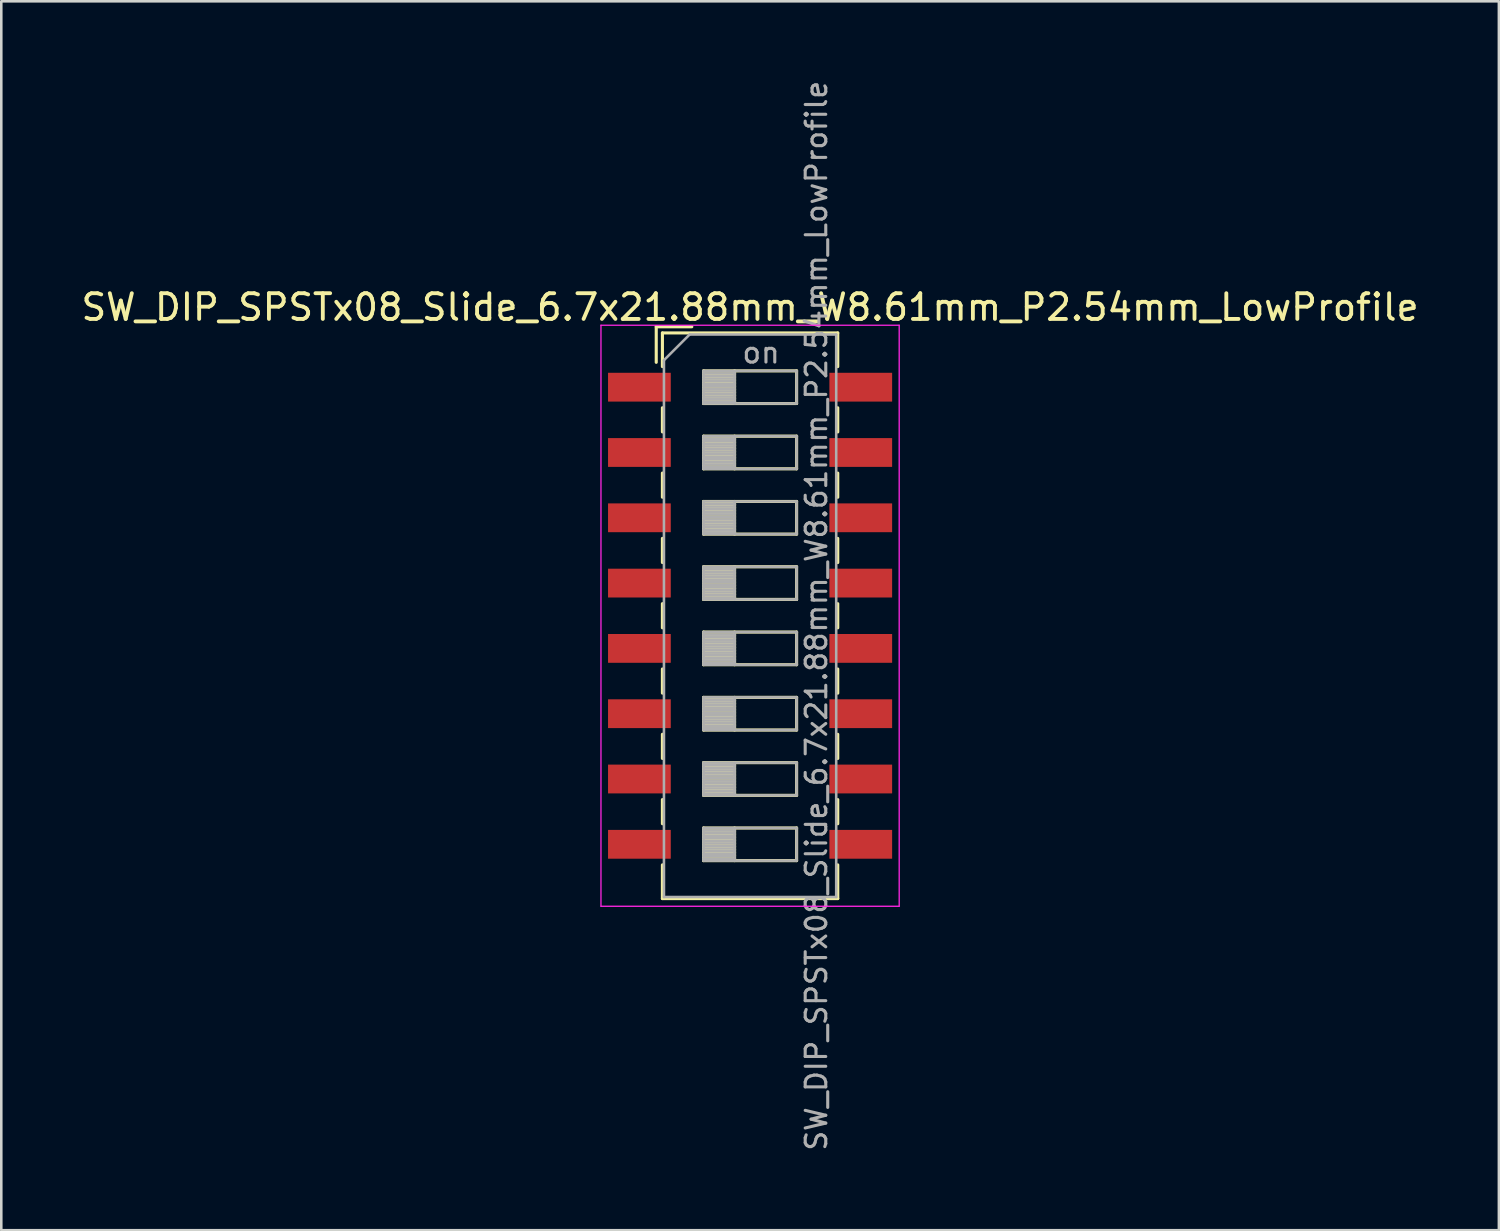
<source format=kicad_pcb>
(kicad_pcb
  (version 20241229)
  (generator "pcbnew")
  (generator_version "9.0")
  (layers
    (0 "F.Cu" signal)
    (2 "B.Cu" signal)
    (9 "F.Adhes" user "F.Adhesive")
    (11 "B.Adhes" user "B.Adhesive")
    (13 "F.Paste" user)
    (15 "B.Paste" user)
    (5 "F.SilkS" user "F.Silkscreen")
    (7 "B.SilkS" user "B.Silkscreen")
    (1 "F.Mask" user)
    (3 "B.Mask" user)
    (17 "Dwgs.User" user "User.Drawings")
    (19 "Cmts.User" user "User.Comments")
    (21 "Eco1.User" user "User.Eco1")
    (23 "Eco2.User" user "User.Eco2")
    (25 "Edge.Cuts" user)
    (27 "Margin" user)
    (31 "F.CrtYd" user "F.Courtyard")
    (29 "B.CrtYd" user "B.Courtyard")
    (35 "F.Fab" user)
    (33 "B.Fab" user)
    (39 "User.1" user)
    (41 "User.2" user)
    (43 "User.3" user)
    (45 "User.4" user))
  (footprint "SW_DIP_SPSTx08_Slide_6.7x21.88mm_W8.61mm_P2.54mm_LowProfile"
    (layer "F.Cu")
    (at 26.125 20.9)
    (property "Reference" "SW_DIP_SPSTx08_Slide_6.7x21.88mm_W8.61mm_P2.54mm_LowProfile" (at 0 -12 0) (layer "F.SilkS") (effects (font (size 1 1) (thickness 0.15))))
    (attr smd)
    (fp_line (start -3.65 -11.24) (end -3.65 -9.857) (stroke (width 0.12) (type solid)) (layer "F.SilkS"))
    (fp_line (start -3.65 -11.24) (end -2.267 -11.24) (stroke (width 0.12) (type solid)) (layer "F.SilkS"))
    (fp_line (start -3.41 -11) (end -3.41 -9.69) (stroke (width 0.12) (type solid)) (layer "F.SilkS"))
    (fp_line (start -3.41 -11) (end 3.41 -11) (stroke (width 0.12) (type solid)) (layer "F.SilkS"))
    (fp_line (start -3.41 -8.09) (end -3.41 -7.15) (stroke (width 0.12) (type solid)) (layer "F.SilkS"))
    (fp_line (start -3.41 -5.55) (end -3.41 -4.61) (stroke (width 0.12) (type solid)) (layer "F.SilkS"))
    (fp_line (start -3.41 -3.01) (end -3.41 -2.07) (stroke (width 0.12) (type solid)) (layer "F.SilkS"))
    (fp_line (start -3.41 -0.47) (end -3.41 0.47) (stroke (width 0.12) (type solid)) (layer "F.SilkS"))
    (fp_line (start -3.41 2.07) (end -3.41 3.01) (stroke (width 0.12) (type solid)) (layer "F.SilkS"))
    (fp_line (start -3.41 4.61) (end -3.41 5.55) (stroke (width 0.12) (type solid)) (layer "F.SilkS"))
    (fp_line (start -3.41 7.15) (end -3.41 8.09) (stroke (width 0.12) (type solid)) (layer "F.SilkS"))
    (fp_line (start -3.41 9.69) (end -3.41 11.001) (stroke (width 0.12) (type solid)) (layer "F.SilkS"))
    (fp_line (start -3.41 11.001) (end 3.41 11.001) (stroke (width 0.12) (type solid)) (layer "F.SilkS"))
    (fp_line (start -1.81 -9.525) (end -1.81 -8.255) (stroke (width 0.12) (type solid)) (layer "F.SilkS"))
    (fp_line (start -1.81 -9.405) (end -0.603 -9.405) (stroke (width 0.12) (type solid)) (layer "F.SilkS"))
    (fp_line (start -1.81 -9.285) (end -0.603 -9.285) (stroke (width 0.12) (type solid)) (layer "F.SilkS"))
    (fp_line (start -1.81 -9.165) (end -0.603 -9.165) (stroke (width 0.12) (type solid)) (layer "F.SilkS"))
    (fp_line (start -1.81 -9.045) (end -0.603 -9.045) (stroke (width 0.12) (type solid)) (layer "F.SilkS"))
    (fp_line (start -1.81 -8.925) (end -0.603 -8.925) (stroke (width 0.12) (type solid)) (layer "F.SilkS"))
    (fp_line (start -1.81 -8.805) (end -0.603 -8.805) (stroke (width 0.12) (type solid)) (layer "F.SilkS"))
    (fp_line (start -1.81 -8.685) (end -0.603 -8.685) (stroke (width 0.12) (type solid)) (layer "F.SilkS"))
    (fp_line (start -1.81 -8.565) (end -0.603 -8.565) (stroke (width 0.12) (type solid)) (layer "F.SilkS"))
    (fp_line (start -1.81 -8.445) (end -0.603 -8.445) (stroke (width 0.12) (type solid)) (layer "F.SilkS"))
    (fp_line (start -1.81 -8.325) (end -0.603 -8.325) (stroke (width 0.12) (type solid)) (layer "F.SilkS"))
    (fp_line (start -1.81 -8.255) (end 1.81 -8.255) (stroke (width 0.12) (type solid)) (layer "F.SilkS"))
    (fp_line (start -1.81 -6.985) (end -1.81 -5.715) (stroke (width 0.12) (type solid)) (layer "F.SilkS"))
    (fp_line (start -1.81 -6.865) (end -0.603 -6.865) (stroke (width 0.12) (type solid)) (layer "F.SilkS"))
    (fp_line (start -1.81 -6.745) (end -0.603 -6.745) (stroke (width 0.12) (type solid)) (layer "F.SilkS"))
    (fp_line (start -1.81 -6.625) (end -0.603 -6.625) (stroke (width 0.12) (type solid)) (layer "F.SilkS"))
    (fp_line (start -1.81 -6.505) (end -0.603 -6.505) (stroke (width 0.12) (type solid)) (layer "F.SilkS"))
    (fp_line (start -1.81 -6.385) (end -0.603 -6.385) (stroke (width 0.12) (type solid)) (layer "F.SilkS"))
    (fp_line (start -1.81 -6.265) (end -0.603 -6.265) (stroke (width 0.12) (type solid)) (layer "F.SilkS"))
    (fp_line (start -1.81 -6.145) (end -0.603 -6.145) (stroke (width 0.12) (type solid)) (layer "F.SilkS"))
    (fp_line (start -1.81 -6.025) (end -0.603 -6.025) (stroke (width 0.12) (type solid)) (layer "F.SilkS"))
    (fp_line (start -1.81 -5.905) (end -0.603 -5.905) (stroke (width 0.12) (type solid)) (layer "F.SilkS"))
    (fp_line (start -1.81 -5.785) (end -0.603 -5.785) (stroke (width 0.12) (type solid)) (layer "F.SilkS"))
    (fp_line (start -1.81 -5.715) (end 1.81 -5.715) (stroke (width 0.12) (type solid)) (layer "F.SilkS"))
    (fp_line (start -1.81 -4.445) (end -1.81 -3.175) (stroke (width 0.12) (type solid)) (layer "F.SilkS"))
    (fp_line (start -1.81 -4.325) (end -0.603 -4.325) (stroke (width 0.12) (type solid)) (layer "F.SilkS"))
    (fp_line (start -1.81 -4.205) (end -0.603 -4.205) (stroke (width 0.12) (type solid)) (layer "F.SilkS"))
    (fp_line (start -1.81 -4.085) (end -0.603 -4.085) (stroke (width 0.12) (type solid)) (layer "F.SilkS"))
    (fp_line (start -1.81 -3.965) (end -0.603 -3.965) (stroke (width 0.12) (type solid)) (layer "F.SilkS"))
    (fp_line (start -1.81 -3.845) (end -0.603 -3.845) (stroke (width 0.12) (type solid)) (layer "F.SilkS"))
    (fp_line (start -1.81 -3.725) (end -0.603 -3.725) (stroke (width 0.12) (type solid)) (layer "F.SilkS"))
    (fp_line (start -1.81 -3.605) (end -0.603 -3.605) (stroke (width 0.12) (type solid)) (layer "F.SilkS"))
    (fp_line (start -1.81 -3.485) (end -0.603 -3.485) (stroke (width 0.12) (type solid)) (layer "F.SilkS"))
    (fp_line (start -1.81 -3.365) (end -0.603 -3.365) (stroke (width 0.12) (type solid)) (layer "F.SilkS"))
    (fp_line (start -1.81 -3.245) (end -0.603 -3.245) (stroke (width 0.12) (type solid)) (layer "F.SilkS"))
    (fp_line (start -1.81 -3.175) (end 1.81 -3.175) (stroke (width 0.12) (type solid)) (layer "F.SilkS"))
    (fp_line (start -1.81 -1.905) (end -1.81 -0.635) (stroke (width 0.12) (type solid)) (layer "F.SilkS"))
    (fp_line (start -1.81 -1.785) (end -0.603 -1.785) (stroke (width 0.12) (type solid)) (layer "F.SilkS"))
    (fp_line (start -1.81 -1.665) (end -0.603 -1.665) (stroke (width 0.12) (type solid)) (layer "F.SilkS"))
    (fp_line (start -1.81 -1.545) (end -0.603 -1.545) (stroke (width 0.12) (type solid)) (layer "F.SilkS"))
    (fp_line (start -1.81 -1.425) (end -0.603 -1.425) (stroke (width 0.12) (type solid)) (layer "F.SilkS"))
    (fp_line (start -1.81 -1.305) (end -0.603 -1.305) (stroke (width 0.12) (type solid)) (layer "F.SilkS"))
    (fp_line (start -1.81 -1.185) (end -0.603 -1.185) (stroke (width 0.12) (type solid)) (layer "F.SilkS"))
    (fp_line (start -1.81 -1.065) (end -0.603 -1.065) (stroke (width 0.12) (type solid)) (layer "F.SilkS"))
    (fp_line (start -1.81 -0.945) (end -0.603 -0.945) (stroke (width 0.12) (type solid)) (layer "F.SilkS"))
    (fp_line (start -1.81 -0.825) (end -0.603 -0.825) (stroke (width 0.12) (type solid)) (layer "F.SilkS"))
    (fp_line (start -1.81 -0.705) (end -0.603 -0.705) (stroke (width 0.12) (type solid)) (layer "F.SilkS"))
    (fp_line (start -1.81 -0.635) (end 1.81 -0.635) (stroke (width 0.12) (type solid)) (layer "F.SilkS"))
    (fp_line (start -1.81 0.635) (end -1.81 1.905) (stroke (width 0.12) (type solid)) (layer "F.SilkS"))
    (fp_line (start -1.81 0.755) (end -0.603 0.755) (stroke (width 0.12) (type solid)) (layer "F.SilkS"))
    (fp_line (start -1.81 0.875) (end -0.603 0.875) (stroke (width 0.12) (type solid)) (layer "F.SilkS"))
    (fp_line (start -1.81 0.995) (end -0.603 0.995) (stroke (width 0.12) (type solid)) (layer "F.SilkS"))
    (fp_line (start -1.81 1.115) (end -0.603 1.115) (stroke (width 0.12) (type solid)) (layer "F.SilkS"))
    (fp_line (start -1.81 1.235) (end -0.603 1.235) (stroke (width 0.12) (type solid)) (layer "F.SilkS"))
    (fp_line (start -1.81 1.355) (end -0.603 1.355) (stroke (width 0.12) (type solid)) (layer "F.SilkS"))
    (fp_line (start -1.81 1.475) (end -0.603 1.475) (stroke (width 0.12) (type solid)) (layer "F.SilkS"))
    (fp_line (start -1.81 1.595) (end -0.603 1.595) (stroke (width 0.12) (type solid)) (layer "F.SilkS"))
    (fp_line (start -1.81 1.715) (end -0.603 1.715) (stroke (width 0.12) (type solid)) (layer "F.SilkS"))
    (fp_line (start -1.81 1.835) (end -0.603 1.835) (stroke (width 0.12) (type solid)) (layer "F.SilkS"))
    (fp_line (start -1.81 1.905) (end 1.81 1.905) (stroke (width 0.12) (type solid)) (layer "F.SilkS"))
    (fp_line (start -1.81 3.175) (end -1.81 4.445) (stroke (width 0.12) (type solid)) (layer "F.SilkS"))
    (fp_line (start -1.81 3.295) (end -0.603 3.295) (stroke (width 0.12) (type solid)) (layer "F.SilkS"))
    (fp_line (start -1.81 3.415) (end -0.603 3.415) (stroke (width 0.12) (type solid)) (layer "F.SilkS"))
    (fp_line (start -1.81 3.535) (end -0.603 3.535) (stroke (width 0.12) (type solid)) (layer "F.SilkS"))
    (fp_line (start -1.81 3.655) (end -0.603 3.655) (stroke (width 0.12) (type solid)) (layer "F.SilkS"))
    (fp_line (start -1.81 3.775) (end -0.603 3.775) (stroke (width 0.12) (type solid)) (layer "F.SilkS"))
    (fp_line (start -1.81 3.895) (end -0.603 3.895) (stroke (width 0.12) (type solid)) (layer "F.SilkS"))
    (fp_line (start -1.81 4.015) (end -0.603 4.015) (stroke (width 0.12) (type solid)) (layer "F.SilkS"))
    (fp_line (start -1.81 4.135) (end -0.603 4.135) (stroke (width 0.12) (type solid)) (layer "F.SilkS"))
    (fp_line (start -1.81 4.255) (end -0.603 4.255) (stroke (width 0.12) (type solid)) (layer "F.SilkS"))
    (fp_line (start -1.81 4.375) (end -0.603 4.375) (stroke (width 0.12) (type solid)) (layer "F.SilkS"))
    (fp_line (start -1.81 4.445) (end 1.81 4.445) (stroke (width 0.12) (type solid)) (layer "F.SilkS"))
    (fp_line (start -1.81 5.715) (end -1.81 6.985) (stroke (width 0.12) (type solid)) (layer "F.SilkS"))
    (fp_line (start -1.81 5.835) (end -0.603 5.835) (stroke (width 0.12) (type solid)) (layer "F.SilkS"))
    (fp_line (start -1.81 5.955) (end -0.603 5.955) (stroke (width 0.12) (type solid)) (layer "F.SilkS"))
    (fp_line (start -1.81 6.075) (end -0.603 6.075) (stroke (width 0.12) (type solid)) (layer "F.SilkS"))
    (fp_line (start -1.81 6.195) (end -0.603 6.195) (stroke (width 0.12) (type solid)) (layer "F.SilkS"))
    (fp_line (start -1.81 6.315) (end -0.603 6.315) (stroke (width 0.12) (type solid)) (layer "F.SilkS"))
    (fp_line (start -1.81 6.435) (end -0.603 6.435) (stroke (width 0.12) (type solid)) (layer "F.SilkS"))
    (fp_line (start -1.81 6.555) (end -0.603 6.555) (stroke (width 0.12) (type solid)) (layer "F.SilkS"))
    (fp_line (start -1.81 6.675) (end -0.603 6.675) (stroke (width 0.12) (type solid)) (layer "F.SilkS"))
    (fp_line (start -1.81 6.795) (end -0.603 6.795) (stroke (width 0.12) (type solid)) (layer "F.SilkS"))
    (fp_line (start -1.81 6.915) (end -0.603 6.915) (stroke (width 0.12) (type solid)) (layer "F.SilkS"))
    (fp_line (start -1.81 6.985) (end 1.81 6.985) (stroke (width 0.12) (type solid)) (layer "F.SilkS"))
    (fp_line (start -1.81 8.255) (end -1.81 9.525) (stroke (width 0.12) (type solid)) (layer "F.SilkS"))
    (fp_line (start -1.81 8.375) (end -0.603 8.375) (stroke (width 0.12) (type solid)) (layer "F.SilkS"))
    (fp_line (start -1.81 8.495) (end -0.603 8.495) (stroke (width 0.12) (type solid)) (layer "F.SilkS"))
    (fp_line (start -1.81 8.615) (end -0.603 8.615) (stroke (width 0.12) (type solid)) (layer "F.SilkS"))
    (fp_line (start -1.81 8.735) (end -0.603 8.735) (stroke (width 0.12) (type solid)) (layer "F.SilkS"))
    (fp_line (start -1.81 8.855) (end -0.603 8.855) (stroke (width 0.12) (type solid)) (layer "F.SilkS"))
    (fp_line (start -1.81 8.975) (end -0.603 8.975) (stroke (width 0.12) (type solid)) (layer "F.SilkS"))
    (fp_line (start -1.81 9.095) (end -0.603 9.095) (stroke (width 0.12) (type solid)) (layer "F.SilkS"))
    (fp_line (start -1.81 9.215) (end -0.603 9.215) (stroke (width 0.12) (type solid)) (layer "F.SilkS"))
    (fp_line (start -1.81 9.335) (end -0.603 9.335) (stroke (width 0.12) (type solid)) (layer "F.SilkS"))
    (fp_line (start -1.81 9.455) (end -0.603 9.455) (stroke (width 0.12) (type solid)) (layer "F.SilkS"))
    (fp_line (start -1.81 9.525) (end 1.81 9.525) (stroke (width 0.12) (type solid)) (layer "F.SilkS"))
    (fp_line (start -0.603 -9.525) (end -0.603 -8.255) (stroke (width 0.12) (type solid)) (layer "F.SilkS"))
    (fp_line (start -0.603 -6.985) (end -0.603 -5.715) (stroke (width 0.12) (type solid)) (layer "F.SilkS"))
    (fp_line (start -0.603 -4.445) (end -0.603 -3.175) (stroke (width 0.12) (type solid)) (layer "F.SilkS"))
    (fp_line (start -0.603 -1.905) (end -0.603 -0.635) (stroke (width 0.12) (type solid)) (layer "F.SilkS"))
    (fp_line (start -0.603 0.635) (end -0.603 1.905) (stroke (width 0.12) (type solid)) (layer "F.SilkS"))
    (fp_line (start -0.603 3.175) (end -0.603 4.445) (stroke (width 0.12) (type solid)) (layer "F.SilkS"))
    (fp_line (start -0.603 5.715) (end -0.603 6.985) (stroke (width 0.12) (type solid)) (layer "F.SilkS"))
    (fp_line (start -0.603 8.255) (end -0.603 9.525) (stroke (width 0.12) (type solid)) (layer "F.SilkS"))
    (fp_line (start 1.81 -9.525) (end -1.81 -9.525) (stroke (width 0.12) (type solid)) (layer "F.SilkS"))
    (fp_line (start 1.81 -8.255) (end 1.81 -9.525) (stroke (width 0.12) (type solid)) (layer "F.SilkS"))
    (fp_line (start 1.81 -6.985) (end -1.81 -6.985) (stroke (width 0.12) (type solid)) (layer "F.SilkS"))
    (fp_line (start 1.81 -5.715) (end 1.81 -6.985) (stroke (width 0.12) (type solid)) (layer "F.SilkS"))
    (fp_line (start 1.81 -4.445) (end -1.81 -4.445) (stroke (width 0.12) (type solid)) (layer "F.SilkS"))
    (fp_line (start 1.81 -3.175) (end 1.81 -4.445) (stroke (width 0.12) (type solid)) (layer "F.SilkS"))
    (fp_line (start 1.81 -1.905) (end -1.81 -1.905) (stroke (width 0.12) (type solid)) (layer "F.SilkS"))
    (fp_line (start 1.81 -0.635) (end 1.81 -1.905) (stroke (width 0.12) (type solid)) (layer "F.SilkS"))
    (fp_line (start 1.81 0.635) (end -1.81 0.635) (stroke (width 0.12) (type solid)) (layer "F.SilkS"))
    (fp_line (start 1.81 1.905) (end 1.81 0.635) (stroke (width 0.12) (type solid)) (layer "F.SilkS"))
    (fp_line (start 1.81 3.175) (end -1.81 3.175) (stroke (width 0.12) (type solid)) (layer "F.SilkS"))
    (fp_line (start 1.81 4.445) (end 1.81 3.175) (stroke (width 0.12) (type solid)) (layer "F.SilkS"))
    (fp_line (start 1.81 5.715) (end -1.81 5.715) (stroke (width 0.12) (type solid)) (layer "F.SilkS"))
    (fp_line (start 1.81 6.985) (end 1.81 5.715) (stroke (width 0.12) (type solid)) (layer "F.SilkS"))
    (fp_line (start 1.81 8.255) (end -1.81 8.255) (stroke (width 0.12) (type solid)) (layer "F.SilkS"))
    (fp_line (start 1.81 9.525) (end 1.81 8.255) (stroke (width 0.12) (type solid)) (layer "F.SilkS"))
    (fp_line (start 3.41 -11) (end 3.41 -9.69) (stroke (width 0.12) (type solid)) (layer "F.SilkS"))
    (fp_line (start 3.41 -8.089) (end 3.41 -7.149) (stroke (width 0.12) (type solid)) (layer "F.SilkS"))
    (fp_line (start 3.41 -5.549) (end 3.41 -4.609) (stroke (width 0.12) (type solid)) (layer "F.SilkS"))
    (fp_line (start 3.41 -3.009) (end 3.41 -2.069) (stroke (width 0.12) (type solid)) (layer "F.SilkS"))
    (fp_line (start 3.41 -0.469) (end 3.41 0.471) (stroke (width 0.12) (type solid)) (layer "F.SilkS"))
    (fp_line (start 3.41 2.071) (end 3.41 3.011) (stroke (width 0.12) (type solid)) (layer "F.SilkS"))
    (fp_line (start 3.41 4.611) (end 3.41 5.551) (stroke (width 0.12) (type solid)) (layer "F.SilkS"))
    (fp_line (start 3.41 7.151) (end 3.41 8.09) (stroke (width 0.12) (type solid)) (layer "F.SilkS"))
    (fp_line (start 3.41 9.69) (end 3.41 11.001) (stroke (width 0.12) (type solid)) (layer "F.SilkS"))
    (fp_line (start -5.8 -11.3) (end -5.8 11.3) (stroke (width 0.05) (type solid)) (layer "F.CrtYd"))
    (fp_line (start -5.8 11.3) (end 5.8 11.3) (stroke (width 0.05) (type solid)) (layer "F.CrtYd"))
    (fp_line (start 5.8 -11.3) (end -5.8 -11.3) (stroke (width 0.05) (type solid)) (layer "F.CrtYd"))
    (fp_line (start 5.8 11.3) (end 5.8 -11.3) (stroke (width 0.05) (type solid)) (layer "F.CrtYd"))
    (fp_line (start -3.35 -9.94) (end -2.35 -10.94) (stroke (width 0.1) (type solid)) (layer "F.Fab"))
    (fp_line (start -3.35 10.94) (end -3.35 -9.94) (stroke (width 0.1) (type solid)) (layer "F.Fab"))
    (fp_line (start -2.35 -10.94) (end 3.35 -10.94) (stroke (width 0.1) (type solid)) (layer "F.Fab"))
    (fp_line (start -1.81 -9.525) (end -1.81 -8.255) (stroke (width 0.1) (type solid)) (layer "F.Fab"))
    (fp_line (start -1.81 -9.425) (end -0.603 -9.425) (stroke (width 0.1) (type solid)) (layer "F.Fab"))
    (fp_line (start -1.81 -9.325) (end -0.603 -9.325) (stroke (width 0.1) (type solid)) (layer "F.Fab"))
    (fp_line (start -1.81 -9.225) (end -0.603 -9.225) (stroke (width 0.1) (type solid)) (layer "F.Fab"))
    (fp_line (start -1.81 -9.125) (end -0.603 -9.125) (stroke (width 0.1) (type solid)) (layer "F.Fab"))
    (fp_line (start -1.81 -9.025) (end -0.603 -9.025) (stroke (width 0.1) (type solid)) (layer "F.Fab"))
    (fp_line (start -1.81 -8.925) (end -0.603 -8.925) (stroke (width 0.1) (type solid)) (layer "F.Fab"))
    (fp_line (start -1.81 -8.825) (end -0.603 -8.825) (stroke (width 0.1) (type solid)) (layer "F.Fab"))
    (fp_line (start -1.81 -8.725) (end -0.603 -8.725) (stroke (width 0.1) (type solid)) (layer "F.Fab"))
    (fp_line (start -1.81 -8.625) (end -0.603 -8.625) (stroke (width 0.1) (type solid)) (layer "F.Fab"))
    (fp_line (start -1.81 -8.525) (end -0.603 -8.525) (stroke (width 0.1) (type solid)) (layer "F.Fab"))
    (fp_line (start -1.81 -8.425) (end -0.603 -8.425) (stroke (width 0.1) (type solid)) (layer "F.Fab"))
    (fp_line (start -1.81 -8.325) (end -0.603 -8.325) (stroke (width 0.1) (type solid)) (layer "F.Fab"))
    (fp_line (start -1.81 -8.255) (end 1.81 -8.255) (stroke (width 0.1) (type solid)) (layer "F.Fab"))
    (fp_line (start -1.81 -6.985) (end -1.81 -5.715) (stroke (width 0.1) (type solid)) (layer "F.Fab"))
    (fp_line (start -1.81 -6.885) (end -0.603 -6.885) (stroke (width 0.1) (type solid)) (layer "F.Fab"))
    (fp_line (start -1.81 -6.785) (end -0.603 -6.785) (stroke (width 0.1) (type solid)) (layer "F.Fab"))
    (fp_line (start -1.81 -6.685) (end -0.603 -6.685) (stroke (width 0.1) (type solid)) (layer "F.Fab"))
    (fp_line (start -1.81 -6.585) (end -0.603 -6.585) (stroke (width 0.1) (type solid)) (layer "F.Fab"))
    (fp_line (start -1.81 -6.485) (end -0.603 -6.485) (stroke (width 0.1) (type solid)) (layer "F.Fab"))
    (fp_line (start -1.81 -6.385) (end -0.603 -6.385) (stroke (width 0.1) (type solid)) (layer "F.Fab"))
    (fp_line (start -1.81 -6.285) (end -0.603 -6.285) (stroke (width 0.1) (type solid)) (layer "F.Fab"))
    (fp_line (start -1.81 -6.185) (end -0.603 -6.185) (stroke (width 0.1) (type solid)) (layer "F.Fab"))
    (fp_line (start -1.81 -6.085) (end -0.603 -6.085) (stroke (width 0.1) (type solid)) (layer "F.Fab"))
    (fp_line (start -1.81 -5.985) (end -0.603 -5.985) (stroke (width 0.1) (type solid)) (layer "F.Fab"))
    (fp_line (start -1.81 -5.885) (end -0.603 -5.885) (stroke (width 0.1) (type solid)) (layer "F.Fab"))
    (fp_line (start -1.81 -5.785) (end -0.603 -5.785) (stroke (width 0.1) (type solid)) (layer "F.Fab"))
    (fp_line (start -1.81 -5.715) (end 1.81 -5.715) (stroke (width 0.1) (type solid)) (layer "F.Fab"))
    (fp_line (start -1.81 -4.445) (end -1.81 -3.175) (stroke (width 0.1) (type solid)) (layer "F.Fab"))
    (fp_line (start -1.81 -4.345) (end -0.603 -4.345) (stroke (width 0.1) (type solid)) (layer "F.Fab"))
    (fp_line (start -1.81 -4.245) (end -0.603 -4.245) (stroke (width 0.1) (type solid)) (layer "F.Fab"))
    (fp_line (start -1.81 -4.145) (end -0.603 -4.145) (stroke (width 0.1) (type solid)) (layer "F.Fab"))
    (fp_line (start -1.81 -4.045) (end -0.603 -4.045) (stroke (width 0.1) (type solid)) (layer "F.Fab"))
    (fp_line (start -1.81 -3.945) (end -0.603 -3.945) (stroke (width 0.1) (type solid)) (layer "F.Fab"))
    (fp_line (start -1.81 -3.845) (end -0.603 -3.845) (stroke (width 0.1) (type solid)) (layer "F.Fab"))
    (fp_line (start -1.81 -3.745) (end -0.603 -3.745) (stroke (width 0.1) (type solid)) (layer "F.Fab"))
    (fp_line (start -1.81 -3.645) (end -0.603 -3.645) (stroke (width 0.1) (type solid)) (layer "F.Fab"))
    (fp_line (start -1.81 -3.545) (end -0.603 -3.545) (stroke (width 0.1) (type solid)) (layer "F.Fab"))
    (fp_line (start -1.81 -3.445) (end -0.603 -3.445) (stroke (width 0.1) (type solid)) (layer "F.Fab"))
    (fp_line (start -1.81 -3.345) (end -0.603 -3.345) (stroke (width 0.1) (type solid)) (layer "F.Fab"))
    (fp_line (start -1.81 -3.245) (end -0.603 -3.245) (stroke (width 0.1) (type solid)) (layer "F.Fab"))
    (fp_line (start -1.81 -3.175) (end 1.81 -3.175) (stroke (width 0.1) (type solid)) (layer "F.Fab"))
    (fp_line (start -1.81 -1.905) (end -1.81 -0.635) (stroke (width 0.1) (type solid)) (layer "F.Fab"))
    (fp_line (start -1.81 -1.805) (end -0.603 -1.805) (stroke (width 0.1) (type solid)) (layer "F.Fab"))
    (fp_line (start -1.81 -1.705) (end -0.603 -1.705) (stroke (width 0.1) (type solid)) (layer "F.Fab"))
    (fp_line (start -1.81 -1.605) (end -0.603 -1.605) (stroke (width 0.1) (type solid)) (layer "F.Fab"))
    (fp_line (start -1.81 -1.505) (end -0.603 -1.505) (stroke (width 0.1) (type solid)) (layer "F.Fab"))
    (fp_line (start -1.81 -1.405) (end -0.603 -1.405) (stroke (width 0.1) (type solid)) (layer "F.Fab"))
    (fp_line (start -1.81 -1.305) (end -0.603 -1.305) (stroke (width 0.1) (type solid)) (layer "F.Fab"))
    (fp_line (start -1.81 -1.205) (end -0.603 -1.205) (stroke (width 0.1) (type solid)) (layer "F.Fab"))
    (fp_line (start -1.81 -1.105) (end -0.603 -1.105) (stroke (width 0.1) (type solid)) (layer "F.Fab"))
    (fp_line (start -1.81 -1.005) (end -0.603 -1.005) (stroke (width 0.1) (type solid)) (layer "F.Fab"))
    (fp_line (start -1.81 -0.905) (end -0.603 -0.905) (stroke (width 0.1) (type solid)) (layer "F.Fab"))
    (fp_line (start -1.81 -0.805) (end -0.603 -0.805) (stroke (width 0.1) (type solid)) (layer "F.Fab"))
    (fp_line (start -1.81 -0.705) (end -0.603 -0.705) (stroke (width 0.1) (type solid)) (layer "F.Fab"))
    (fp_line (start -1.81 -0.635) (end 1.81 -0.635) (stroke (width 0.1) (type solid)) (layer "F.Fab"))
    (fp_line (start -1.81 0.635) (end -1.81 1.905) (stroke (width 0.1) (type solid)) (layer "F.Fab"))
    (fp_line (start -1.81 0.735) (end -0.603 0.735) (stroke (width 0.1) (type solid)) (layer "F.Fab"))
    (fp_line (start -1.81 0.835) (end -0.603 0.835) (stroke (width 0.1) (type solid)) (layer "F.Fab"))
    (fp_line (start -1.81 0.935) (end -0.603 0.935) (stroke (width 0.1) (type solid)) (layer "F.Fab"))
    (fp_line (start -1.81 1.035) (end -0.603 1.035) (stroke (width 0.1) (type solid)) (layer "F.Fab"))
    (fp_line (start -1.81 1.135) (end -0.603 1.135) (stroke (width 0.1) (type solid)) (layer "F.Fab"))
    (fp_line (start -1.81 1.235) (end -0.603 1.235) (stroke (width 0.1) (type solid)) (layer "F.Fab"))
    (fp_line (start -1.81 1.335) (end -0.603 1.335) (stroke (width 0.1) (type solid)) (layer "F.Fab"))
    (fp_line (start -1.81 1.435) (end -0.603 1.435) (stroke (width 0.1) (type solid)) (layer "F.Fab"))
    (fp_line (start -1.81 1.535) (end -0.603 1.535) (stroke (width 0.1) (type solid)) (layer "F.Fab"))
    (fp_line (start -1.81 1.635) (end -0.603 1.635) (stroke (width 0.1) (type solid)) (layer "F.Fab"))
    (fp_line (start -1.81 1.735) (end -0.603 1.735) (stroke (width 0.1) (type solid)) (layer "F.Fab"))
    (fp_line (start -1.81 1.835) (end -0.603 1.835) (stroke (width 0.1) (type solid)) (layer "F.Fab"))
    (fp_line (start -1.81 1.905) (end 1.81 1.905) (stroke (width 0.1) (type solid)) (layer "F.Fab"))
    (fp_line (start -1.81 3.175) (end -1.81 4.445) (stroke (width 0.1) (type solid)) (layer "F.Fab"))
    (fp_line (start -1.81 3.275) (end -0.603 3.275) (stroke (width 0.1) (type solid)) (layer "F.Fab"))
    (fp_line (start -1.81 3.375) (end -0.603 3.375) (stroke (width 0.1) (type solid)) (layer "F.Fab"))
    (fp_line (start -1.81 3.475) (end -0.603 3.475) (stroke (width 0.1) (type solid)) (layer "F.Fab"))
    (fp_line (start -1.81 3.575) (end -0.603 3.575) (stroke (width 0.1) (type solid)) (layer "F.Fab"))
    (fp_line (start -1.81 3.675) (end -0.603 3.675) (stroke (width 0.1) (type solid)) (layer "F.Fab"))
    (fp_line (start -1.81 3.775) (end -0.603 3.775) (stroke (width 0.1) (type solid)) (layer "F.Fab"))
    (fp_line (start -1.81 3.875) (end -0.603 3.875) (stroke (width 0.1) (type solid)) (layer "F.Fab"))
    (fp_line (start -1.81 3.975) (end -0.603 3.975) (stroke (width 0.1) (type solid)) (layer "F.Fab"))
    (fp_line (start -1.81 4.075) (end -0.603 4.075) (stroke (width 0.1) (type solid)) (layer "F.Fab"))
    (fp_line (start -1.81 4.175) (end -0.603 4.175) (stroke (width 0.1) (type solid)) (layer "F.Fab"))
    (fp_line (start -1.81 4.275) (end -0.603 4.275) (stroke (width 0.1) (type solid)) (layer "F.Fab"))
    (fp_line (start -1.81 4.375) (end -0.603 4.375) (stroke (width 0.1) (type solid)) (layer "F.Fab"))
    (fp_line (start -1.81 4.445) (end 1.81 4.445) (stroke (width 0.1) (type solid)) (layer "F.Fab"))
    (fp_line (start -1.81 5.715) (end -1.81 6.985) (stroke (width 0.1) (type solid)) (layer "F.Fab"))
    (fp_line (start -1.81 5.815) (end -0.603 5.815) (stroke (width 0.1) (type solid)) (layer "F.Fab"))
    (fp_line (start -1.81 5.915) (end -0.603 5.915) (stroke (width 0.1) (type solid)) (layer "F.Fab"))
    (fp_line (start -1.81 6.015) (end -0.603 6.015) (stroke (width 0.1) (type solid)) (layer "F.Fab"))
    (fp_line (start -1.81 6.115) (end -0.603 6.115) (stroke (width 0.1) (type solid)) (layer "F.Fab"))
    (fp_line (start -1.81 6.215) (end -0.603 6.215) (stroke (width 0.1) (type solid)) (layer "F.Fab"))
    (fp_line (start -1.81 6.315) (end -0.603 6.315) (stroke (width 0.1) (type solid)) (layer "F.Fab"))
    (fp_line (start -1.81 6.415) (end -0.603 6.415) (stroke (width 0.1) (type solid)) (layer "F.Fab"))
    (fp_line (start -1.81 6.515) (end -0.603 6.515) (stroke (width 0.1) (type solid)) (layer "F.Fab"))
    (fp_line (start -1.81 6.615) (end -0.603 6.615) (stroke (width 0.1) (type solid)) (layer "F.Fab"))
    (fp_line (start -1.81 6.715) (end -0.603 6.715) (stroke (width 0.1) (type solid)) (layer "F.Fab"))
    (fp_line (start -1.81 6.815) (end -0.603 6.815) (stroke (width 0.1) (type solid)) (layer "F.Fab"))
    (fp_line (start -1.81 6.915) (end -0.603 6.915) (stroke (width 0.1) (type solid)) (layer "F.Fab"))
    (fp_line (start -1.81 6.985) (end 1.81 6.985) (stroke (width 0.1) (type solid)) (layer "F.Fab"))
    (fp_line (start -1.81 8.255) (end -1.81 9.525) (stroke (width 0.1) (type solid)) (layer "F.Fab"))
    (fp_line (start -1.81 8.355) (end -0.603 8.355) (stroke (width 0.1) (type solid)) (layer "F.Fab"))
    (fp_line (start -1.81 8.455) (end -0.603 8.455) (stroke (width 0.1) (type solid)) (layer "F.Fab"))
    (fp_line (start -1.81 8.555) (end -0.603 8.555) (stroke (width 0.1) (type solid)) (layer "F.Fab"))
    (fp_line (start -1.81 8.655) (end -0.603 8.655) (stroke (width 0.1) (type solid)) (layer "F.Fab"))
    (fp_line (start -1.81 8.755) (end -0.603 8.755) (stroke (width 0.1) (type solid)) (layer "F.Fab"))
    (fp_line (start -1.81 8.855) (end -0.603 8.855) (stroke (width 0.1) (type solid)) (layer "F.Fab"))
    (fp_line (start -1.81 8.955) (end -0.603 8.955) (stroke (width 0.1) (type solid)) (layer "F.Fab"))
    (fp_line (start -1.81 9.055) (end -0.603 9.055) (stroke (width 0.1) (type solid)) (layer "F.Fab"))
    (fp_line (start -1.81 9.155) (end -0.603 9.155) (stroke (width 0.1) (type solid)) (layer "F.Fab"))
    (fp_line (start -1.81 9.255) (end -0.603 9.255) (stroke (width 0.1) (type solid)) (layer "F.Fab"))
    (fp_line (start -1.81 9.355) (end -0.603 9.355) (stroke (width 0.1) (type solid)) (layer "F.Fab"))
    (fp_line (start -1.81 9.455) (end -0.603 9.455) (stroke (width 0.1) (type solid)) (layer "F.Fab"))
    (fp_line (start -1.81 9.525) (end 1.81 9.525) (stroke (width 0.1) (type solid)) (layer "F.Fab"))
    (fp_line (start -0.603 -9.525) (end -0.603 -8.255) (stroke (width 0.1) (type solid)) (layer "F.Fab"))
    (fp_line (start -0.603 -6.985) (end -0.603 -5.715) (stroke (width 0.1) (type solid)) (layer "F.Fab"))
    (fp_line (start -0.603 -4.445) (end -0.603 -3.175) (stroke (width 0.1) (type solid)) (layer "F.Fab"))
    (fp_line (start -0.603 -1.905) (end -0.603 -0.635) (stroke (width 0.1) (type solid)) (layer "F.Fab"))
    (fp_line (start -0.603 0.635) (end -0.603 1.905) (stroke (width 0.1) (type solid)) (layer "F.Fab"))
    (fp_line (start -0.603 3.175) (end -0.603 4.445) (stroke (width 0.1) (type solid)) (layer "F.Fab"))
    (fp_line (start -0.603 5.715) (end -0.603 6.985) (stroke (width 0.1) (type solid)) (layer "F.Fab"))
    (fp_line (start -0.603 8.255) (end -0.603 9.525) (stroke (width 0.1) (type solid)) (layer "F.Fab"))
    (fp_line (start 1.81 -9.525) (end -1.81 -9.525) (stroke (width 0.1) (type solid)) (layer "F.Fab"))
    (fp_line (start 1.81 -8.255) (end 1.81 -9.525) (stroke (width 0.1) (type solid)) (layer "F.Fab"))
    (fp_line (start 1.81 -6.985) (end -1.81 -6.985) (stroke (width 0.1) (type solid)) (layer "F.Fab"))
    (fp_line (start 1.81 -5.715) (end 1.81 -6.985) (stroke (width 0.1) (type solid)) (layer "F.Fab"))
    (fp_line (start 1.81 -4.445) (end -1.81 -4.445) (stroke (width 0.1) (type solid)) (layer "F.Fab"))
    (fp_line (start 1.81 -3.175) (end 1.81 -4.445) (stroke (width 0.1) (type solid)) (layer "F.Fab"))
    (fp_line (start 1.81 -1.905) (end -1.81 -1.905) (stroke (width 0.1) (type solid)) (layer "F.Fab"))
    (fp_line (start 1.81 -0.635) (end 1.81 -1.905) (stroke (width 0.1) (type solid)) (layer "F.Fab"))
    (fp_line (start 1.81 0.635) (end -1.81 0.635) (stroke (width 0.1) (type solid)) (layer "F.Fab"))
    (fp_line (start 1.81 1.905) (end 1.81 0.635) (stroke (width 0.1) (type solid)) (layer "F.Fab"))
    (fp_line (start 1.81 3.175) (end -1.81 3.175) (stroke (width 0.1) (type solid)) (layer "F.Fab"))
    (fp_line (start 1.81 4.445) (end 1.81 3.175) (stroke (width 0.1) (type solid)) (layer "F.Fab"))
    (fp_line (start 1.81 5.715) (end -1.81 5.715) (stroke (width 0.1) (type solid)) (layer "F.Fab"))
    (fp_line (start 1.81 6.985) (end 1.81 5.715) (stroke (width 0.1) (type solid)) (layer "F.Fab"))
    (fp_line (start 1.81 8.255) (end -1.81 8.255) (stroke (width 0.1) (type solid)) (layer "F.Fab"))
    (fp_line (start 1.81 9.525) (end 1.81 8.255) (stroke (width 0.1) (type solid)) (layer "F.Fab"))
    (fp_line (start 3.35 -10.94) (end 3.35 10.94) (stroke (width 0.1) (type solid)) (layer "F.Fab"))
    (fp_line (start 3.35 10.94) (end -3.35 10.94) (stroke (width 0.1) (type solid)) (layer "F.Fab"))
    (fp_text user "${REFERENCE}" (at 2.58 0 90) (layer "F.Fab") (effects (font (size 0.8 0.8) (thickness 0.12))))
    (fp_text user "on" (at 0.427 -10.232 0) (layer "F.Fab") (effects (font (size 0.8 0.8) (thickness 0.12))))
    (pad "1" smd rect (at -4.305 -8.89) (size 2.44 1.12) (layers "F.Cu" "F.Mask" "F.Paste"))
    (pad "2" smd rect (at -4.305 -6.35) (size 2.44 1.12) (layers "F.Cu" "F.Mask" "F.Paste"))
    (pad "3" smd rect (at -4.305 -3.81) (size 2.44 1.12) (layers "F.Cu" "F.Mask" "F.Paste"))
    (pad "4" smd rect (at -4.305 -1.27) (size 2.44 1.12) (layers "F.Cu" "F.Mask" "F.Paste"))
    (pad "5" smd rect (at -4.305 1.27) (size 2.44 1.12) (layers "F.Cu" "F.Mask" "F.Paste"))
    (pad "6" smd rect (at -4.305 3.81) (size 2.44 1.12) (layers "F.Cu" "F.Mask" "F.Paste"))
    (pad "7" smd rect (at -4.305 6.35) (size 2.44 1.12) (layers "F.Cu" "F.Mask" "F.Paste"))
    (pad "8" smd rect (at -4.305 8.89) (size 2.44 1.12) (layers "F.Cu" "F.Mask" "F.Paste"))
    (pad "9" smd rect (at 4.305 8.89) (size 2.44 1.12) (layers "F.Cu" "F.Mask" "F.Paste"))
    (pad "10" smd rect (at 4.305 6.35) (size 2.44 1.12) (layers "F.Cu" "F.Mask" "F.Paste"))
    (pad "11" smd rect (at 4.305 3.81) (size 2.44 1.12) (layers "F.Cu" "F.Mask" "F.Paste"))
    (pad "12" smd rect (at 4.305 1.27) (size 2.44 1.12) (layers "F.Cu" "F.Mask" "F.Paste"))
    (pad "13" smd rect (at 4.305 -1.27) (size 2.44 1.12) (layers "F.Cu" "F.Mask" "F.Paste"))
    (pad "14" smd rect (at 4.305 -3.81) (size 2.44 1.12) (layers "F.Cu" "F.Mask" "F.Paste"))
    (pad "15" smd rect (at 4.305 -6.35) (size 2.44 1.12) (layers "F.Cu" "F.Mask" "F.Paste"))
    (pad "16" smd rect (at 4.305 -8.89) (size 2.44 1.12) (layers "F.Cu" "F.Mask" "F.Paste")))
  (gr_rect
    (start -3 -3)
    (end 55.25 44.8)
    (stroke (width 0.1) (type default))
    (fill no)
    (layer "Edge.Cuts")))
</source>
